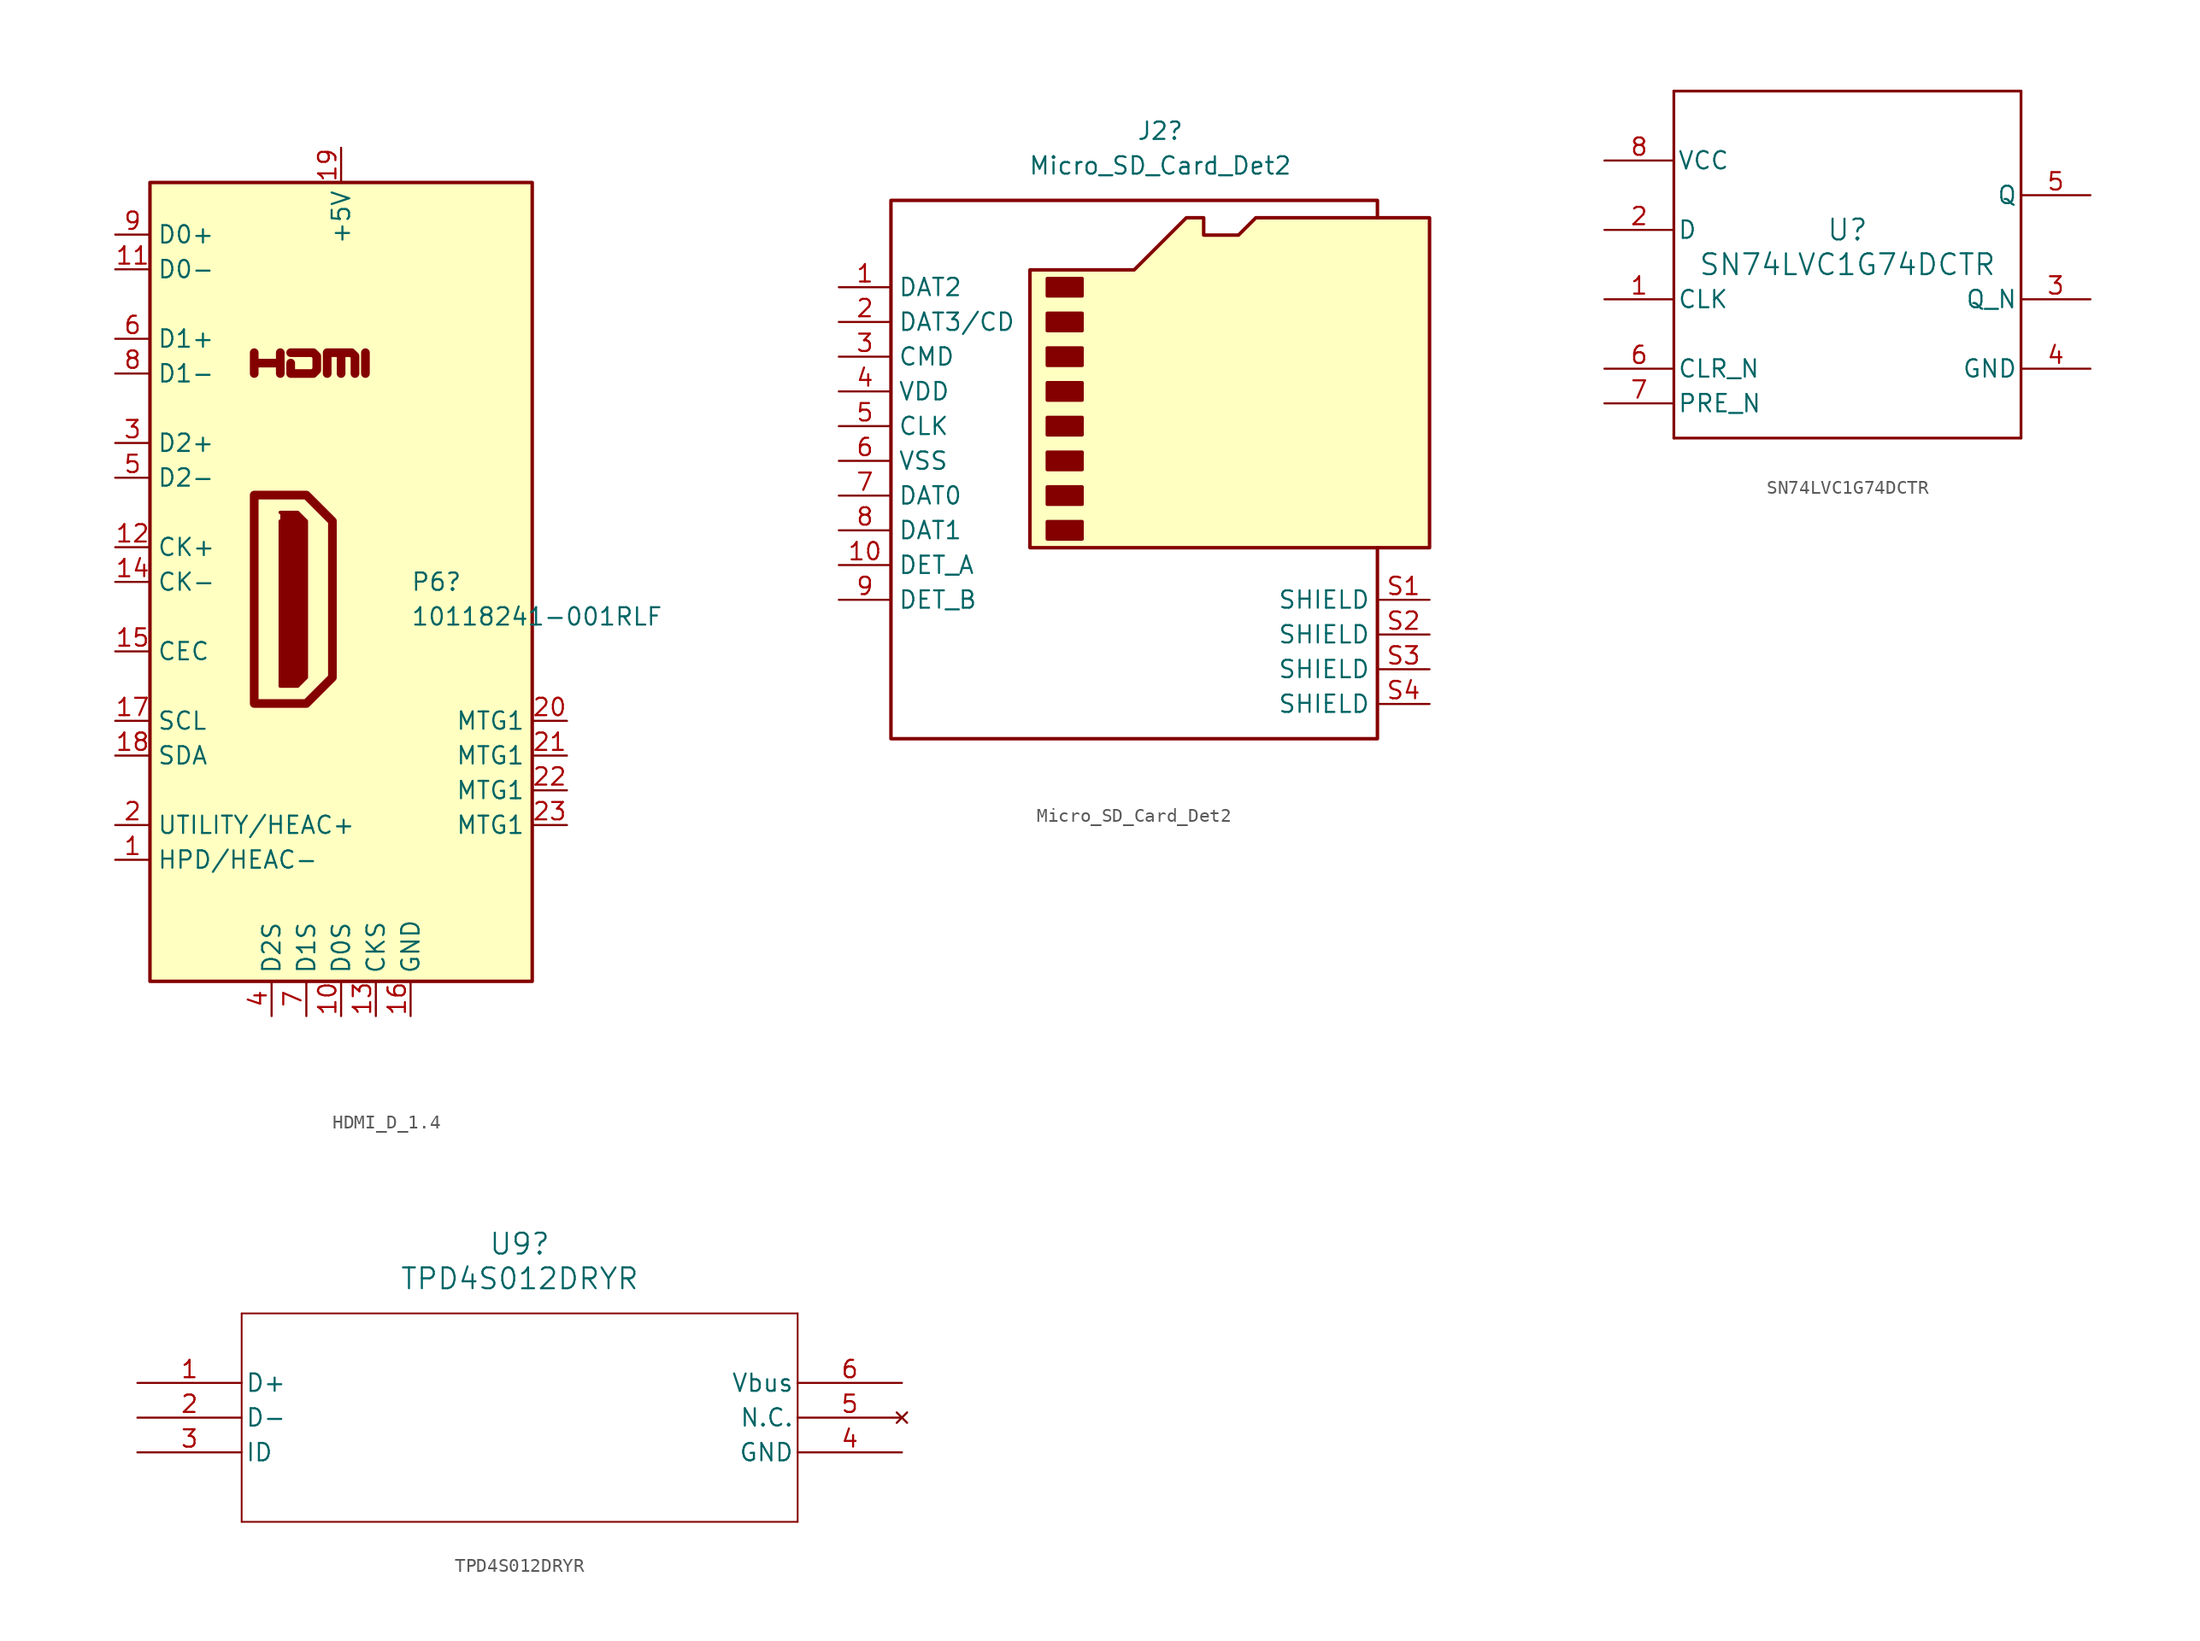
<source format=kicad_sym>
(kicad_symbol_lib
  (version 20231120)
  (generator "kicad_symbol_editor")
  (generator_version "8.0")
  (symbol "HDMI_D_1.4"
    (property "Reference" "P6"
      (at 11.43 1.27 0)
      (effects (font (size 1.27 1.27)) (justify left)))
    (property "Value" "10118241-001RLF"
      (at 11.43 -1.27 0)
      (effects (font (size 1.27 1.27)) (justify left)))
    (symbol "HDMI_D_1.4_0_0"
      (polyline (pts (xy 8.128 16.51) (xy 8.128 18.034)) (stroke (width 0.635) (type default)) (fill (type none)))
      (polyline (pts (xy 0 16.51) (xy 0 18.034) (xy 0 17.272) (xy 1.905 17.272) (xy 1.905 18.034) (xy 1.905 16.51)) (stroke (width 0.635) (type default)) (fill (type none)))
      (polyline (pts (xy 2.667 18.034) (xy 4.318 18.034) (xy 4.572 17.78) (xy 4.572 16.764) (xy 4.318 16.51) (xy 2.667 16.51) (xy 2.667 17.272)) (stroke (width 0.635) (type default)) (fill (type none))))
    (symbol "HDMI_D_1.4_0_1"
      (rectangle (start -7.62 30.48) (end 20.32 -27.94) (stroke (width 0.254) (type default)) (fill (type background)))
      (polyline (pts (xy 0 7.62) (xy 3.81 7.62) (xy 5.715 5.715) (xy 5.715 -5.715) (xy 3.81 -7.62) (xy 0 -7.62) (xy 0 7.62)) (stroke (width 0.635) (type default)) (fill (type none)))
      (polyline (pts (xy 1.905 6.35) (xy 3.175 6.35) (xy 3.81 5.715) (xy 3.81 -5.715) (xy 3.175 -6.35) (xy 1.905 -6.35) (xy 1.905 5.715)) (stroke (width 0.254) (type default)) (fill (type outline)))
      (polyline (pts (xy 5.334 16.51) (xy 5.334 18.034) (xy 6.35 18.034) (xy 6.35 16.51) (xy 6.35 18.034) (xy 7.112 18.034) (xy 7.366 17.78) (xy 7.366 16.51)) (stroke (width 0.635) (type default)) (fill (type none))))
    (symbol "HDMI_D_1.4_1_1"
      (pin passive line (at -10.16 -19.05 0) (length 2.54) (name "HPD/HEAC-" (effects (font (size 1.27 1.27)))) (number "1" (effects (font (size 1.27 1.27)))))
      (pin power_in line (at 6.35 -30.48 90) (length 2.54) (name "D0S" (effects (font (size 1.27 1.27)))) (number "10" (effects (font (size 1.27 1.27)))))
      (pin passive line (at -10.16 24.13 0) (length 2.54) (name "D0-" (effects (font (size 1.27 1.27)))) (number "11" (effects (font (size 1.27 1.27)))))
      (pin passive line (at -10.16 3.81 0) (length 2.54) (name "CK+" (effects (font (size 1.27 1.27)))) (number "12" (effects (font (size 1.27 1.27)))))
      (pin power_in line (at 8.89 -30.48 90) (length 2.54) (name "CKS" (effects (font (size 1.27 1.27)))) (number "13" (effects (font (size 1.27 1.27)))))
      (pin passive line (at -10.16 1.27 0) (length 2.54) (name "CK-" (effects (font (size 1.27 1.27)))) (number "14" (effects (font (size 1.27 1.27)))))
      (pin bidirectional line (at -10.16 -3.81 0) (length 2.54) (name "CEC" (effects (font (size 1.27 1.27)))) (number "15" (effects (font (size 1.27 1.27)))))
      (pin power_in line (at 11.43 -30.48 90) (length 2.54) (name "GND" (effects (font (size 1.27 1.27)))) (number "16" (effects (font (size 1.27 1.27)))))
      (pin passive line (at -10.16 -8.89 0) (length 2.54) (name "SCL" (effects (font (size 1.27 1.27)))) (number "17" (effects (font (size 1.27 1.27)))))
      (pin bidirectional line (at -10.16 -11.43 0) (length 2.54) (name "SDA" (effects (font (size 1.27 1.27)))) (number "18" (effects (font (size 1.27 1.27)))))
      (pin power_in line (at 6.35 33.02 270) (length 2.54) (name "+5V" (effects (font (size 1.27 1.27)))) (number "19" (effects (font (size 1.27 1.27)))))
      (pin passive line (at -10.16 -16.51 0) (length 2.54) (name "UTILITY/HEAC+" (effects (font (size 1.27 1.27)))) (number "2" (effects (font (size 1.27 1.27)))))
      (pin passive line (at 22.86 -8.89 180) (length 2.54) (name "MTG1" (effects (font (size 1.27 1.27)))) (number "20" (effects (font (size 1.27 1.27)))))
      (pin passive line (at 22.86 -11.43 180) (length 2.54) (name "MTG1" (effects (font (size 1.27 1.27)))) (number "21" (effects (font (size 1.27 1.27)))))
      (pin passive line (at 22.86 -13.97 180) (length 2.54) (name "MTG1" (effects (font (size 1.27 1.27)))) (number "22" (effects (font (size 1.27 1.27)))))
      (pin passive line (at 22.86 -16.51 180) (length 2.54) (name "MTG1" (effects (font (size 1.27 1.27)))) (number "23" (effects (font (size 1.27 1.27)))))
      (pin passive line (at -10.16 11.43 0) (length 2.54) (name "D2+" (effects (font (size 1.27 1.27)))) (number "3" (effects (font (size 1.27 1.27)))))
      (pin power_in line (at 1.27 -30.48 90) (length 2.54) (name "D2S" (effects (font (size 1.27 1.27)))) (number "4" (effects (font (size 1.27 1.27)))))
      (pin passive line (at -10.16 8.89 0) (length 2.54) (name "D2-" (effects (font (size 1.27 1.27)))) (number "5" (effects (font (size 1.27 1.27)))))
      (pin passive line (at -10.16 19.05 0) (length 2.54) (name "D1+" (effects (font (size 1.27 1.27)))) (number "6" (effects (font (size 1.27 1.27)))))
      (pin power_in line (at 3.81 -30.48 90) (length 2.54) (name "D1S" (effects (font (size 1.27 1.27)))) (number "7" (effects (font (size 1.27 1.27)))))
      (pin passive line (at -10.16 16.51 0) (length 2.54) (name "D1-" (effects (font (size 1.27 1.27)))) (number "8" (effects (font (size 1.27 1.27)))))
      (pin passive line (at -10.16 26.67 0) (length 2.54) (name "D0+" (effects (font (size 1.27 1.27)))) (number "9" (effects (font (size 1.27 1.27)))))))
  (symbol "Micro_SD_Card_Det2"
    (property "Reference" "J2"
      (at 0.635 21.59 0)
      (effects (font (size 1.27 1.27))))
    (property "Value" "Micro_SD_Card_Det2"
      (at 0.635 19.05 0)
      (effects (font (size 1.27 1.27))))
    (symbol "Micro_SD_Card_Det2_0_1"
      (rectangle (start -7.62 -6.985) (end -5.08 -8.255) (stroke (width 0.254) (type default)) (fill (type outline)))
      (rectangle (start -7.62 -4.445) (end -5.08 -5.715) (stroke (width 0.254) (type default)) (fill (type outline)))
      (rectangle (start -7.62 -1.905) (end -5.08 -3.175) (stroke (width 0.254) (type default)) (fill (type outline)))
      (rectangle (start -7.62 0.635) (end -5.08 -0.635) (stroke (width 0.254) (type default)) (fill (type outline)))
      (rectangle (start -7.62 3.175) (end -5.08 1.905) (stroke (width 0.254) (type default)) (fill (type outline)))
      (rectangle (start -7.62 5.715) (end -5.08 4.445) (stroke (width 0.254) (type default)) (fill (type outline)))
      (rectangle (start -7.62 8.255) (end -5.08 6.985) (stroke (width 0.254) (type default)) (fill (type outline)))
      (rectangle (start -7.62 10.795) (end -5.08 9.525) (stroke (width 0.254) (type default)) (fill (type outline)))
      (polyline (pts (xy 16.51 15.24) (xy 16.51 16.51) (xy -19.05 16.51) (xy -19.05 -22.86) (xy 16.51 -22.86) (xy 16.51 -8.89)) (stroke (width 0.254) (type default)) (fill (type none)))
      (polyline (pts (xy -8.89 -8.89) (xy -8.89 11.43) (xy -1.27 11.43) (xy 2.54 15.24) (xy 3.81 15.24) (xy 3.81 13.97) (xy 6.35 13.97) (xy 7.62 15.24) (xy 20.32 15.24) (xy 20.32 -8.89) (xy -8.89 -8.89)) (stroke (width 0.254) (type default)) (fill (type background))))
    (symbol "Micro_SD_Card_Det2_1_1"
      (pin bidirectional line (at -22.86 10.16 0) (length 3.81) (name "DAT2" (effects (font (size 1.27 1.27)))) (number "1" (effects (font (size 1.27 1.27)))))
      (pin passive line (at -22.86 -10.16 0) (length 3.81) (name "DET_A" (effects (font (size 1.27 1.27)))) (number "10" (effects (font (size 1.27 1.27)))))
      (pin bidirectional line (at -22.86 7.62 0) (length 3.81) (name "DAT3/CD" (effects (font (size 1.27 1.27)))) (number "2" (effects (font (size 1.27 1.27)))))
      (pin input line (at -22.86 5.08 0) (length 3.81) (name "CMD" (effects (font (size 1.27 1.27)))) (number "3" (effects (font (size 1.27 1.27)))))
      (pin power_in line (at -22.86 2.54 0) (length 3.81) (name "VDD" (effects (font (size 1.27 1.27)))) (number "4" (effects (font (size 1.27 1.27)))))
      (pin input line (at -22.86 0 0) (length 3.81) (name "CLK" (effects (font (size 1.27 1.27)))) (number "5" (effects (font (size 1.27 1.27)))))
      (pin power_in line (at -22.86 -2.54 0) (length 3.81) (name "VSS" (effects (font (size 1.27 1.27)))) (number "6" (effects (font (size 1.27 1.27)))))
      (pin bidirectional line (at -22.86 -5.08 0) (length 3.81) (name "DAT0" (effects (font (size 1.27 1.27)))) (number "7" (effects (font (size 1.27 1.27)))))
      (pin bidirectional line (at -22.86 -7.62 0) (length 3.81) (name "DAT1" (effects (font (size 1.27 1.27)))) (number "8" (effects (font (size 1.27 1.27)))))
      (pin passive line (at -22.86 -12.7 0) (length 3.81) (name "DET_B" (effects (font (size 1.27 1.27)))) (number "9" (effects (font (size 1.27 1.27)))))
      (pin passive line (at 20.32 -12.7 180) (length 3.81) (name "SHIELD" (effects (font (size 1.27 1.27)))) (number "S1" (effects (font (size 1.27 1.27)))))
      (pin passive line (at 20.32 -15.24 180) (length 3.81) (name "SHIELD" (effects (font (size 1.27 1.27)))) (number "S2" (effects (font (size 1.27 1.27)))))
      (pin passive line (at 20.32 -17.78 180) (length 3.81) (name "SHIELD" (effects (font (size 1.27 1.27)))) (number "S3" (effects (font (size 1.27 1.27)))))
      (pin passive line (at 20.32 -20.32 180) (length 3.81) (name "SHIELD" (effects (font (size 1.27 1.27)))) (number "S4" (effects (font (size 1.27 1.27)))))))
  (symbol "SN74LVC1G74DCTR"
    (pin_names
      (offset 0.254))
    (property "Reference" "U"
      (at 0 2.54 0)
      (effects (font (size 1.524 1.524))))
    (property "Value" "SN74LVC1G74DCTR"
      (at 0 0 0)
      (effects (font (size 1.524 1.524))))
    (property "ki_locked" ""
      (at 0 0 0)
      (effects (font (size 1.27 1.27))))
    (symbol "SN74LVC1G74DCTR_0_1"
      (polyline (pts (xy -12.7 -12.7) (xy 12.7 -12.7)) (stroke (width 0.203) (type default)) (fill (type none)))
      (polyline (pts (xy -12.7 12.7) (xy -12.7 -12.7)) (stroke (width 0.203) (type default)) (fill (type none)))
      (polyline (pts (xy 12.7 -12.7) (xy 12.7 12.7)) (stroke (width 0.203) (type default)) (fill (type none)))
      (polyline (pts (xy 12.7 12.7) (xy -12.7 12.7)) (stroke (width 0.203) (type default)) (fill (type none)))
      (pin input line (at -17.78 -2.54 0) (length 5.08) (name "CLK" (effects (font (size 1.27 1.27)))) (number "1" (effects (font (size 1.27 1.27)))))
      (pin input line (at -17.78 2.54 0) (length 5.08) (name "D" (effects (font (size 1.27 1.27)))) (number "2" (effects (font (size 1.27 1.27)))))
      (pin output line (at 17.78 -2.54 180) (length 5.08) (name "Q_N" (effects (font (size 1.27 1.27)))) (number "3" (effects (font (size 1.27 1.27)))))
      (pin power_in line (at 17.78 -7.62 180) (length 5.08) (name "GND" (effects (font (size 1.27 1.27)))) (number "4" (effects (font (size 1.27 1.27)))))
      (pin output line (at 17.78 5.08 180) (length 5.08) (name "Q" (effects (font (size 1.27 1.27)))) (number "5" (effects (font (size 1.27 1.27)))))
      (pin input line (at -17.78 -7.62 0) (length 5.08) (name "CLR_N" (effects (font (size 1.27 1.27)))) (number "6" (effects (font (size 1.27 1.27)))))
      (pin input line (at -17.78 -10.16 0) (length 5.08) (name "PRE_N" (effects (font (size 1.27 1.27)))) (number "7" (effects (font (size 1.27 1.27)))))
      (pin power_in line (at -17.78 7.62 0) (length 5.08) (name "VCC" (effects (font (size 1.27 1.27)))) (number "8" (effects (font (size 1.27 1.27)))))))
  (symbol "TPD4S012DRYR"
    (pin_names
      (offset 0.254))
    (property "Reference" "U9"
      (at 27.94 10.16 0)
      (effects (font (size 1.524 1.524))))
    (property "Value" "TPD4S012DRYR"
      (at 27.94 7.62 0)
      (effects (font (size 1.524 1.524))))
    (property "ki_locked" ""
      (at 0 0 0)
      (effects (font (size 1.27 1.27))))
    (symbol "TPD4S012DRYR_0_1"
      (polyline (pts (xy 7.62 -10.16) (xy 48.26 -10.16)) (stroke (width 0.127) (type default)) (fill (type none)))
      (polyline (pts (xy 7.62 5.08) (xy 7.62 -10.16)) (stroke (width 0.127) (type default)) (fill (type none)))
      (polyline (pts (xy 48.26 -10.16) (xy 48.26 5.08)) (stroke (width 0.127) (type default)) (fill (type none)))
      (polyline (pts (xy 48.26 5.08) (xy 7.62 5.08)) (stroke (width 0.127) (type default)) (fill (type none)))
      (pin power_in line (at 55.88 -5.08 180) (length 7.62) (name "GND" (effects (font (size 1.27 1.27)))) (number "4" (effects (font (size 1.27 1.27)))))
      (pin no_connect line (at 55.88 -2.54 180) (length 7.62) (name "N.C." (effects (font (size 1.27 1.27)))) (number "5" (effects (font (size 1.27 1.27))))))
    (symbol "TPD4S012DRYR_1_1"
      (pin bidirectional line (at 0 0 0) (length 7.62) (name "D+" (effects (font (size 1.27 1.27)))) (number "1" (effects (font (size 1.27 1.27)))))
      (pin bidirectional line (at 0 -2.54 0) (length 7.62) (name "D-" (effects (font (size 1.27 1.27)))) (number "2" (effects (font (size 1.27 1.27)))))
      (pin input line (at 0 -5.08 0) (length 7.62) (name "ID" (effects (font (size 1.27 1.27)))) (number "3" (effects (font (size 1.27 1.27)))))
      (pin power_in line (at 55.88 0 180) (length 7.62) (name "Vbus" (effects (font (size 1.27 1.27)))) (number "6" (effects (font (size 1.27 1.27))))))))
</source>
